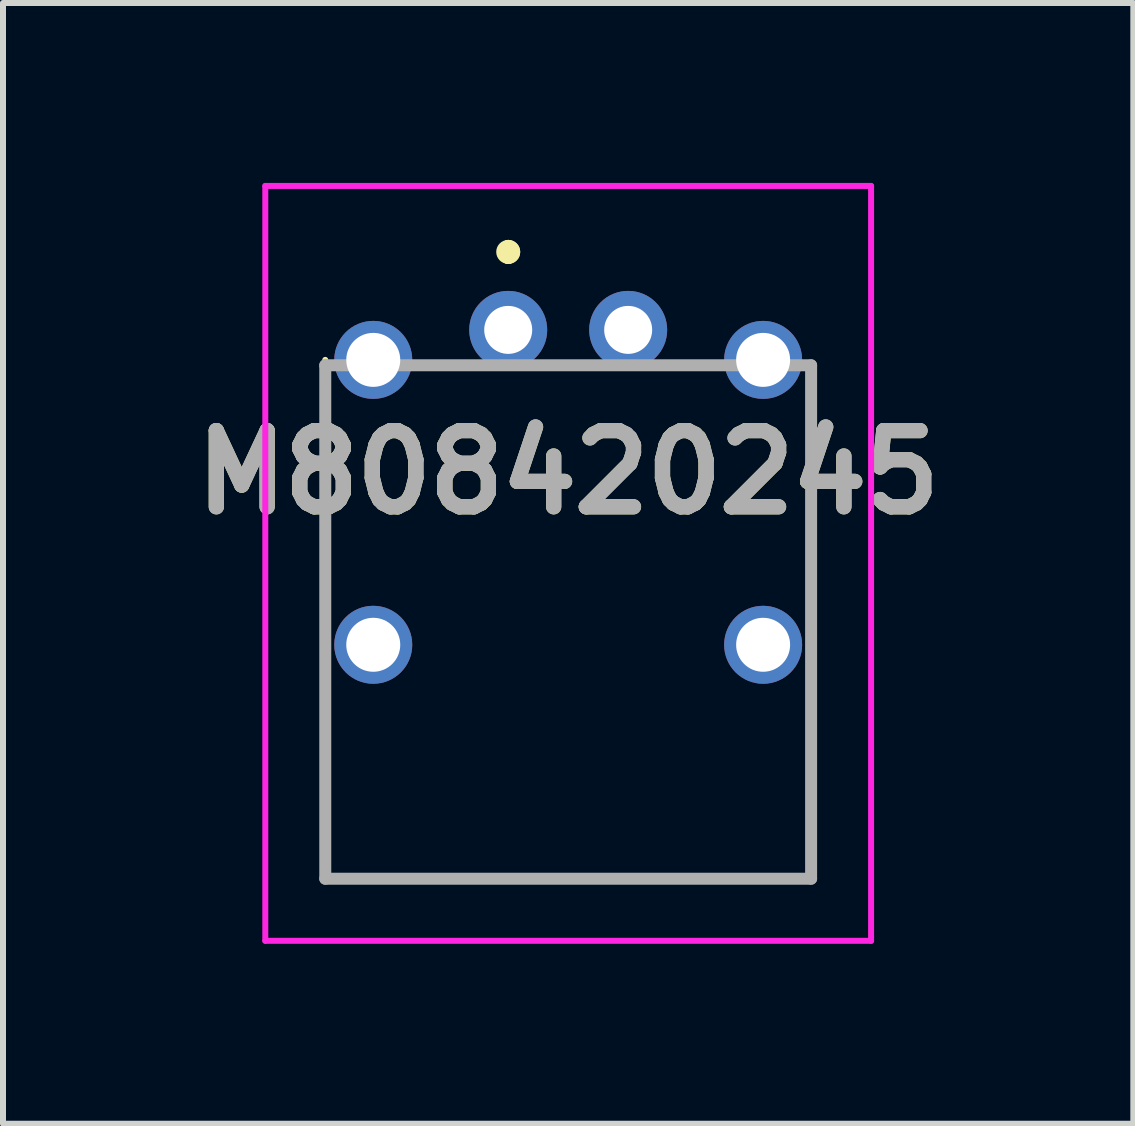
<source format=kicad_pcb>
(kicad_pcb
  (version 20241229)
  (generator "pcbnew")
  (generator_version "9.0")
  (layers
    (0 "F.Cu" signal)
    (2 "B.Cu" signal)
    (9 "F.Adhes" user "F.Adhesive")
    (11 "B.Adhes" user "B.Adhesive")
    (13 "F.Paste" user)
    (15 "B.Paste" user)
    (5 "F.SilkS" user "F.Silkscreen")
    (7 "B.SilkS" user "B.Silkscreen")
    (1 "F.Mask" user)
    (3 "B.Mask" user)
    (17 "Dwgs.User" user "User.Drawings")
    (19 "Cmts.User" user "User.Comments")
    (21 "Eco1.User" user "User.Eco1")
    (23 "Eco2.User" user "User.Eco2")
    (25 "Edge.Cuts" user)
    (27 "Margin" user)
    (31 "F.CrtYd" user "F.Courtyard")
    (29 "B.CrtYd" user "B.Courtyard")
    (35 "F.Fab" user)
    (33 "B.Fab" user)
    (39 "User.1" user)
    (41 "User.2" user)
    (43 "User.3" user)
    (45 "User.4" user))
  (footprint "M808420245"
    (layer "F.Cu")
    (at 5.423 2.45)
    (property "Reference" "M808420245" (at 1 2.375 0) (layer "F.SilkS") (effects (font (size 1.27 1.27) (thickness 0.254))))
    (attr through_hole)
    (fp_line (start -3.05 0.5) (end -3.05 9.15) (stroke (width 0.1) (type solid)) (layer "F.SilkS"))
    (fp_line (start -3.05 9.15) (end 5.05 9.15) (stroke (width 0.1) (type solid)) (layer "F.SilkS"))
    (fp_line (start 0 -1.4) (end 0 -1.4) (stroke (width 0.2) (type solid)) (layer "F.SilkS"))
    (fp_line (start 0 -1.2) (end 0 -1.2) (stroke (width 0.2) (type solid)) (layer "F.SilkS"))
    (fp_line (start 0 -1.2) (end 0 -1.2) (stroke (width 0.2) (type solid)) (layer "F.SilkS"))
    (fp_line (start 5.05 9.15) (end 5.05 0.59) (stroke (width 0.1) (type solid)) (layer "F.SilkS"))
    (fp_arc (start 0 -1.4) (mid 0.1 -1.3) (end 0 -1.2) (stroke (width 0.2) (type solid)) (layer "F.SilkS"))
    (fp_arc (start 0 -1.4) (mid 0.1 -1.3) (end 0 -1.2) (stroke (width 0.2) (type solid)) (layer "F.SilkS"))
    (fp_arc (start 0 -1.2) (mid -0.1 -1.3) (end 0 -1.4) (stroke (width 0.2) (type solid)) (layer "F.SilkS"))
    (fp_line (start -4.05 -2.4) (end 6.05 -2.4) (stroke (width 0.1) (type solid)) (layer "F.CrtYd"))
    (fp_line (start -4.05 10.185) (end -4.05 -2.4) (stroke (width 0.1) (type solid)) (layer "F.CrtYd"))
    (fp_line (start 6.05 -2.4) (end 6.05 10.185) (stroke (width 0.1) (type solid)) (layer "F.CrtYd"))
    (fp_line (start 6.05 10.185) (end -4.05 10.185) (stroke (width 0.1) (type solid)) (layer "F.CrtYd"))
    (fp_line (start -3.05 0.59) (end -3.05 9.15) (stroke (width 0.2) (type solid)) (layer "F.Fab"))
    (fp_line (start -3.05 9.15) (end 5.05 9.15) (stroke (width 0.2) (type solid)) (layer "F.Fab"))
    (fp_line (start 5.05 0.59) (end -3.05 0.59) (stroke (width 0.2) (type solid)) (layer "F.Fab"))
    (fp_line (start 5.05 9.15) (end 5.05 0.59) (stroke (width 0.2) (type solid)) (layer "F.Fab"))
    (fp_text user "${REFERENCE}" (at 1 2.375 0) (layer "F.Fab") (effects (font (size 1.27 1.27) (thickness 0.254))))
    (pad "1" thru_hole circle (at 0 0) (size 1.3 1.3) (drill 0.8) (layers "*.Cu" "*.Mask"))
    (pad "2" thru_hole circle (at 2 0) (size 1.3 1.3) (drill 0.8) (layers "*.Cu" "*.Mask"))
    (pad "MH" thru_hole circle (at -2.25 0.5) (size 1.3 1.3) (drill 0.9) (layers "*.Cu" "*.Mask"))
    (pad "MH" thru_hole circle (at -2.25 5.25) (size 1.3 1.3) (drill 0.9) (layers "*.Cu" "*.Mask"))
    (pad "MH" thru_hole circle (at 4.25 0.5) (size 1.3 1.3) (drill 0.9) (layers "*.Cu" "*.Mask"))
    (pad "MH" thru_hole circle (at 4.25 5.25) (size 1.3 1.3) (drill 0.9) (layers "*.Cu" "*.Mask")))
  (gr_rect
    (start -3 -3)
    (end 15.845 15.685)
    (stroke (width 0.1) (type default))
    (fill no)
    (layer "Edge.Cuts")))
</source>
